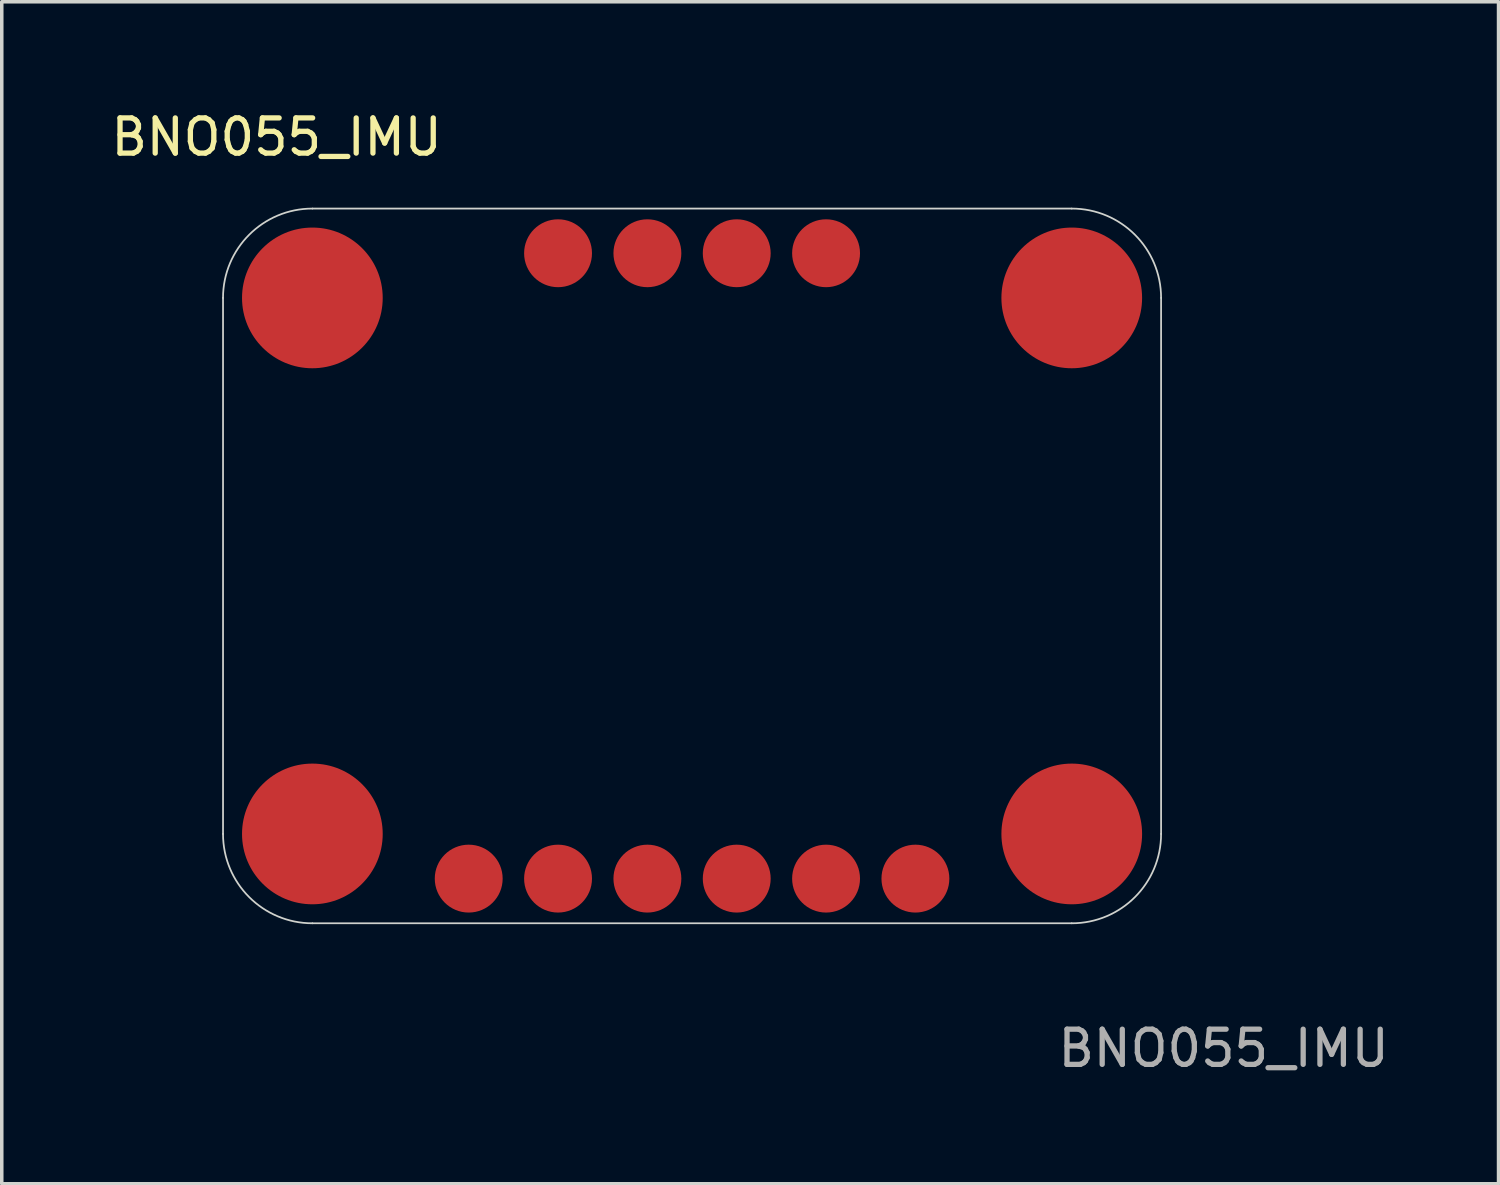
<source format=kicad_pcb>
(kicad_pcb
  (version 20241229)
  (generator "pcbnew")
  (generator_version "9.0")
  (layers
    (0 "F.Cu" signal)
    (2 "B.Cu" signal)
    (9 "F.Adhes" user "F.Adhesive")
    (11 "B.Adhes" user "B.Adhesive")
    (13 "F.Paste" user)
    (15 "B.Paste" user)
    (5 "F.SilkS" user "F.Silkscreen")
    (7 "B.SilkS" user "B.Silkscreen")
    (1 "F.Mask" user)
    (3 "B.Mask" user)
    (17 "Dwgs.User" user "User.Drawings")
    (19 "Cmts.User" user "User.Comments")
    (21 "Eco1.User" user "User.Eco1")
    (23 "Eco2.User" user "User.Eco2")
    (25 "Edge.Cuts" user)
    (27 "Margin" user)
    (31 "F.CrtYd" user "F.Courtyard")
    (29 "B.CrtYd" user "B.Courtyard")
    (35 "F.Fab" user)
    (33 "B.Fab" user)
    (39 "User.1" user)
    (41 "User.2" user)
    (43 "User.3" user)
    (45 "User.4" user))
  (footprint "BNO055_IMU"
    (layer "F.Cu")
    (at 18.023 14.056)
    (property "Reference" "BNO055_IMU" (at -13.208 -13.208 0) (unlocked yes) (layer "F.SilkS") (effects (font (size 1 1) (thickness 0.15))))
    (attr through_hole)
    (fp_line (start -14.732 6.604) (end -14.732 -8.636) (stroke (width 0.05) (type solid)) (layer "Edge.Cuts"))
    (fp_line (start -12.192 -11.176) (end 9.398 -11.176) (stroke (width 0.05) (type solid)) (layer "Edge.Cuts"))
    (fp_line (start 9.398 9.144) (end -12.192 9.144) (stroke (width 0.05) (type solid)) (layer "Edge.Cuts"))
    (fp_line (start 11.938 -8.636) (end 11.938 6.604) (stroke (width 0.05) (type solid)) (layer "Edge.Cuts"))
    (fp_arc (start -14.732 -8.636) (mid -13.988051 -10.432051) (end -12.192 -11.176) (stroke (width 0.05) (type solid)) (layer "Edge.Cuts"))
    (fp_arc (start -12.192 9.144) (mid -13.988051 8.400051) (end -14.732 6.604) (stroke (width 0.05) (type solid)) (layer "Edge.Cuts"))
    (fp_arc (start 9.398 -11.176) (mid 11.194051 -10.432051) (end 11.938 -8.636) (stroke (width 0.05) (type solid)) (layer "Edge.Cuts"))
    (fp_arc (start 11.938 6.604) (mid 11.194051 8.400051) (end 9.398 9.144) (stroke (width 0.05) (type solid)) (layer "Edge.Cuts"))
    (fp_text user "${REFERENCE}" (at 13.716 12.7 0) (unlocked yes) (layer "F.Fab") (effects (font (size 1 1) (thickness 0.15))))
    (pad "1" smd circle (at -7.747 7.874 90) (size 1.93 1.93) (layers "F.Cu" "F.Mask" "F.Paste"))
    (pad "1" smd circle (at -5.207 -9.906 90) (size 1.93 1.93) (layers "F.Cu" "F.Mask" "F.Paste"))
    (pad "2" smd circle (at -5.207 7.874 90) (size 1.93 1.93) (layers "F.Cu" "F.Mask" "F.Paste"))
    (pad "2" smd circle (at -2.667 -9.906 90) (size 1.93 1.93) (layers "F.Cu" "F.Mask" "F.Paste"))
    (pad "3" smd circle (at -2.667 7.874 90) (size 1.93 1.93) (layers "F.Cu" "F.Mask" "F.Paste"))
    (pad "3" smd circle (at -0.127 -9.906 90) (size 1.93 1.93) (layers "F.Cu" "F.Mask" "F.Paste"))
    (pad "4" smd circle (at -0.127 7.874 90) (size 1.93 1.93) (layers "F.Cu" "F.Mask" "F.Paste"))
    (pad "4" smd circle (at 2.413 -9.906 90) (size 1.93 1.93) (layers "F.Cu" "F.Mask" "F.Paste"))
    (pad "5" smd circle (at 2.413 7.874 90) (size 1.93 1.93) (layers "F.Cu" "F.Mask" "F.Paste"))
    (pad "6" smd circle (at 4.953 7.874 90) (size 1.93 1.93) (layers "F.Cu" "F.Mask" "F.Paste"))
    (pad "P$1" smd circle (at -12.192 -8.636) (size 4 4) (layers "F.Cu" "F.Mask" "F.Paste"))
    (pad "P$1" smd circle (at -12.192 6.604) (size 4 4) (layers "F.Cu" "F.Mask" "F.Paste"))
    (pad "P$1" smd circle (at 9.398 -8.636) (size 4 4) (layers "F.Cu" "F.Mask" "F.Paste"))
    (pad "P$1" smd circle (at 9.398 6.604) (size 4 4) (layers "F.Cu" "F.Mask" "F.Paste")))
  (gr_rect
    (start -3 -3)
    (end 39.555 30.605)
    (stroke (width 0.1) (type default))
    (fill no)
    (layer "Edge.Cuts")))
</source>
